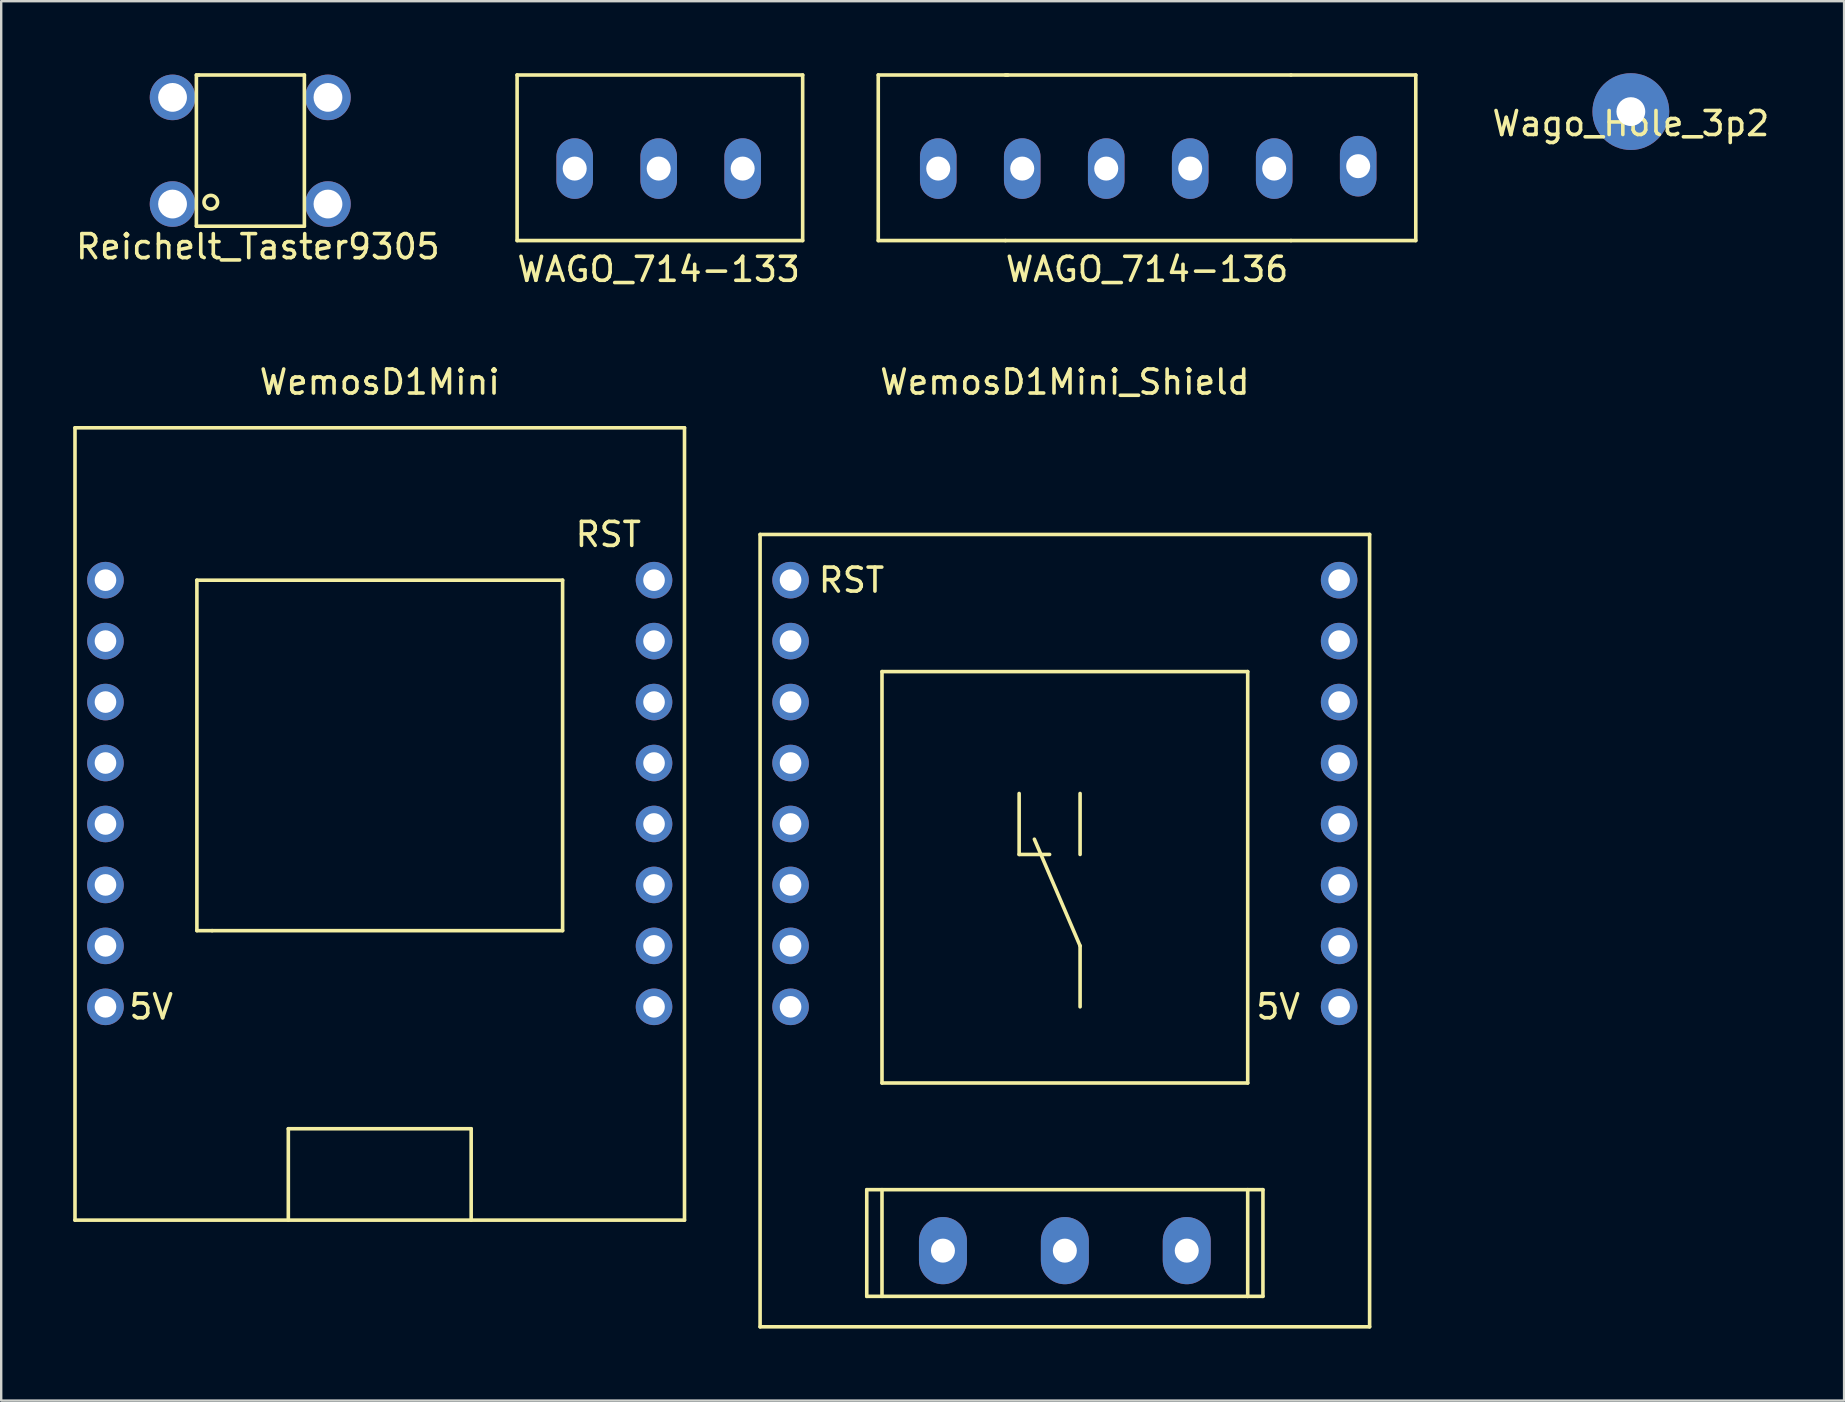
<source format=kicad_pcb>
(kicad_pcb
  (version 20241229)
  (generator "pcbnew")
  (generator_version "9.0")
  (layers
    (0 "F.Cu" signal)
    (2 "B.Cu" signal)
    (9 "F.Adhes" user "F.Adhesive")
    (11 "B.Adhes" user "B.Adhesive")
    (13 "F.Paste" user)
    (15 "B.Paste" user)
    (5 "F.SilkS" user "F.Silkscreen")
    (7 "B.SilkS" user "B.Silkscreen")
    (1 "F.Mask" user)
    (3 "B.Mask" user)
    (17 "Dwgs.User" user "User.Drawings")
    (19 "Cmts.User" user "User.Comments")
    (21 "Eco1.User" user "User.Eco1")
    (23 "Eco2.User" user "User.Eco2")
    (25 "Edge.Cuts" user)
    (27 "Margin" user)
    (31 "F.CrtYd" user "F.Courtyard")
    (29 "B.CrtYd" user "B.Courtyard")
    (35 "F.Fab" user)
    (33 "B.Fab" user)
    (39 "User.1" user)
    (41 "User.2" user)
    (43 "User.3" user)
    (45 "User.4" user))
  (footprint "WAGO_714-136"
    (layer "F.Cu")
    (at 44.749 3.075)
    (property "Reference" "WAGO_714-136" (at 0 5.1 0) (layer "F.SilkS") (effects (font (size 1 1) (thickness 0.15))))
    (attr through_hole)
    (fp_line (start -11.2 3.9) (end -11.2 -3) (stroke (width 0.15) (type solid)) (layer "F.SilkS"))
    (fp_line (start -11.2 3.9) (end -5.9 3.9) (stroke (width 0.15) (type solid)) (layer "F.SilkS"))
    (fp_line (start -5.9 -3) (end 6 -3) (stroke (width 0.15) (type solid)) (layer "F.SilkS"))
    (fp_line (start -5.8 -3) (end -11.2 -3) (stroke (width 0.15) (type solid)) (layer "F.SilkS"))
    (fp_line (start 6 -3) (end 11.2 -3) (stroke (width 0.15) (type solid)) (layer "F.SilkS"))
    (fp_line (start 6 3.9) (end -5.9 3.9) (stroke (width 0.15) (type solid)) (layer "F.SilkS"))
    (fp_line (start 6 3.9) (end 11.2 3.9) (stroke (width 0.15) (type solid)) (layer "F.SilkS"))
    (fp_line (start 11.2 -3) (end 11.2 3.9) (stroke (width 0.15) (type solid)) (layer "F.SilkS"))
    (pad "1" thru_hole oval (at -8.7 0.9) (size 1.524 2.524) (drill 1) (layers "*.Cu" "*.Mask"))
    (pad "2" thru_hole oval (at -5.2 0.9) (size 1.524 2.524) (drill 1) (layers "*.Cu" "*.Mask"))
    (pad "3" thru_hole oval (at -1.7 0.9) (size 1.524 2.524) (drill 1) (layers "*.Cu" "*.Mask"))
    (pad "4" thru_hole oval (at 1.8 0.9) (size 1.524 2.524) (drill 1) (layers "*.Cu" "*.Mask"))
    (pad "5" thru_hole oval (at 5.3 0.9) (size 1.524 2.524) (drill 1) (layers "*.Cu" "*.Mask"))
    (pad "6" thru_hole oval (at 8.8 0.8) (size 1.524 2.524) (drill 1) (layers "*.Cu" "*.Mask")))
  (footprint "Reichelt_Taster9305"
    (layer "F.Cu")
    (at 6.934 3.675)
    (property "Reference" "Reichelt_Taster9305" (at 0.762 3.556 0) (layer "F.SilkS") (effects (font (size 1 1) (thickness 0.15))))
    (attr through_hole)
    (fp_line (start -1.8 -3.6) (end -1.8 2.7) (stroke (width 0.15) (type solid)) (layer "F.SilkS"))
    (fp_line (start -1.8 2.7) (end 2.7 2.7) (stroke (width 0.15) (type solid)) (layer "F.SilkS"))
    (fp_line (start -1.7 -3.6) (end -1.8 -3.6) (stroke (width 0.15) (type solid)) (layer "F.SilkS"))
    (fp_line (start 2.7 -3.6) (end -1.7 -3.6) (stroke (width 0.15) (type solid)) (layer "F.SilkS"))
    (fp_line (start 2.7 2.7) (end 2.7 -3.6) (stroke (width 0.15) (type solid)) (layer "F.SilkS"))
    (fp_circle (center -1.2 1.7) (end -1 1.9) (stroke (width 0.15) (type solid)) (fill no) (layer "F.SilkS"))
    (pad "1" thru_hole circle (at -2.794 1.778) (size 1.9 1.9) (drill 1.2) (layers "*.Cu" "*.Mask"))
    (pad "2" thru_hole circle (at 3.683 1.778) (size 1.9 1.9) (drill 1.2) (layers "*.Cu" "*.Mask"))
    (pad "3" thru_hole circle (at 3.683 -2.667) (size 1.9 1.9) (drill 1.2) (layers "*.Cu" "*.Mask"))
    (pad "4" thru_hole circle (at -2.794 -2.667) (size 1.9 1.9) (drill 1.2) (layers "*.Cu" "*.Mask")))
  (footprint "WemosD1Mini_Shield"
    (layer "F.Cu")
    (at 41.325 28.747)
    (property "Reference" "WemosD1Mini_Shield" (at 0 -15.875 0) (layer "F.SilkS") (effects (font (size 1 1) (thickness 0.15))))
    (attr through_hole)
    (fp_line (start -12.7 -9.525) (end 12.7 -9.525) (stroke (width 0.15) (type solid)) (layer "F.SilkS"))
    (fp_line (start -12.7 23.495) (end -12.7 -9.525) (stroke (width 0.15) (type solid)) (layer "F.SilkS"))
    (fp_line (start -8.255 17.78) (end 8.255 17.78) (stroke (width 0.15) (type solid)) (layer "F.SilkS"))
    (fp_line (start -8.255 22.225) (end -8.255 17.78) (stroke (width 0.15) (type solid)) (layer "F.SilkS"))
    (fp_line (start -7.62 -3.81) (end -7.62 13.335) (stroke (width 0.15) (type solid)) (layer "F.SilkS"))
    (fp_line (start -7.62 -3.81) (end 7.62 -3.81) (stroke (width 0.15) (type solid)) (layer "F.SilkS"))
    (fp_line (start -7.62 13.335) (end 7.62 13.335) (stroke (width 0.15) (type solid)) (layer "F.SilkS"))
    (fp_line (start -7.62 17.78) (end -7.62 22.225) (stroke (width 0.15) (type solid)) (layer "F.SilkS"))
    (fp_line (start -1.905 3.81) (end -1.905 1.27) (stroke (width 0.15) (type solid)) (layer "F.SilkS"))
    (fp_line (start -0.635 3.81) (end -1.905 3.81) (stroke (width 0.15) (type solid)) (layer "F.SilkS"))
    (fp_line (start 0.635 3.81) (end 0.635 1.27) (stroke (width 0.15) (type solid)) (layer "F.SilkS"))
    (fp_line (start 0.635 7.62) (end -1.27 3.175) (stroke (width 0.15) (type solid)) (layer "F.SilkS"))
    (fp_line (start 0.635 10.16) (end 0.635 7.62) (stroke (width 0.15) (type solid)) (layer "F.SilkS"))
    (fp_line (start 7.62 -3.81) (end 7.62 13.335) (stroke (width 0.15) (type solid)) (layer "F.SilkS"))
    (fp_line (start 7.62 17.78) (end 7.62 22.225) (stroke (width 0.15) (type solid)) (layer "F.SilkS"))
    (fp_line (start 7.62 22.225) (end -8.255 22.225) (stroke (width 0.15) (type solid)) (layer "F.SilkS"))
    (fp_line (start 8.255 17.78) (end 8.255 22.225) (stroke (width 0.15) (type solid)) (layer "F.SilkS"))
    (fp_line (start 8.255 22.225) (end 7.62 22.225) (stroke (width 0.15) (type solid)) (layer "F.SilkS"))
    (fp_line (start 12.7 -9.525) (end 12.7 23.495) (stroke (width 0.15) (type solid)) (layer "F.SilkS"))
    (fp_line (start 12.7 23.495) (end -12.7 23.495) (stroke (width 0.15) (type solid)) (layer "F.SilkS"))
    (fp_text user "5V" (at 8.89 10.16 0) (layer "F.SilkS") (effects (font (size 1 1) (thickness 0.15))))
    (fp_text user "RST" (at -8.89 -7.62 0) (layer "F.SilkS") (effects (font (size 1 1) (thickness 0.15))))
    (pad "1" thru_hole circle (at -11.43 -7.62) (size 1.524 1.524) (drill 0.9) (layers "*.Cu" "*.Mask"))
    (pad "2" thru_hole circle (at -11.43 -5.08) (size 1.524 1.524) (drill 0.9) (layers "*.Cu" "*.Mask"))
    (pad "3" thru_hole circle (at -11.43 -2.54) (size 1.524 1.524) (drill 0.9) (layers "*.Cu" "*.Mask"))
    (pad "4" thru_hole circle (at -11.43 0) (size 1.524 1.524) (drill 0.9) (layers "*.Cu" "*.Mask"))
    (pad "5" thru_hole circle (at -11.43 2.54) (size 1.524 1.524) (drill 0.9) (layers "*.Cu" "*.Mask"))
    (pad "6" thru_hole circle (at -11.43 5.08) (size 1.524 1.524) (drill 0.9) (layers "*.Cu" "*.Mask"))
    (pad "7" thru_hole circle (at -11.43 7.62) (size 1.524 1.524) (drill 0.9) (layers "*.Cu" "*.Mask"))
    (pad "8" thru_hole circle (at -11.43 10.16) (size 1.524 1.524) (drill 0.9) (layers "*.Cu" "*.Mask"))
    (pad "9" thru_hole circle (at 11.43 10.16) (size 1.524 1.524) (drill 0.9) (layers "*.Cu" "*.Mask"))
    (pad "10" thru_hole circle (at 11.43 7.62) (size 1.524 1.524) (drill 0.9) (layers "*.Cu" "*.Mask"))
    (pad "11" thru_hole circle (at 11.43 5.08) (size 1.524 1.524) (drill 0.9) (layers "*.Cu" "*.Mask"))
    (pad "12" thru_hole circle (at 11.43 2.54) (size 1.524 1.524) (drill 0.9) (layers "*.Cu" "*.Mask"))
    (pad "13" thru_hole circle (at 11.43 0) (size 1.524 1.524) (drill 0.9) (layers "*.Cu" "*.Mask"))
    (pad "14" thru_hole circle (at 11.43 -2.54) (size 1.524 1.524) (drill 0.9) (layers "*.Cu" "*.Mask"))
    (pad "15" thru_hole circle (at 11.43 -5.08) (size 1.524 1.524) (drill 0.9) (layers "*.Cu" "*.Mask"))
    (pad "16" thru_hole circle (at 11.43 -7.62) (size 1.524 1.524) (drill 0.9) (layers "*.Cu" "*.Mask"))
    (pad "17" thru_hole oval (at -5.08 20.32) (size 2 2.8) (drill oval 1) (layers "*.Cu" "*.Mask"))
    (pad "18" thru_hole oval (at 0 20.32) (size 2 2.8) (drill 1) (layers "*.Cu" "*.Mask"))
    (pad "19" thru_hole oval (at 5.08 20.32) (size 2 2.8) (drill 1) (layers "*.Cu" "*.Mask")))
  (footprint "WAGO_714-133"
    (layer "F.Cu")
    (at 24.399 3.075)
    (property "Reference" "WAGO_714-133" (at 0 5.1 0) (layer "F.SilkS") (effects (font (size 1 1) (thickness 0.15))))
    (attr through_hole)
    (fp_line (start -5.9 -3) (end 6 -3) (stroke (width 0.15) (type solid)) (layer "F.SilkS"))
    (fp_line (start -5.9 3.9) (end -5.9 -3) (stroke (width 0.15) (type solid)) (layer "F.SilkS"))
    (fp_line (start 6 -3) (end 6 3.9) (stroke (width 0.15) (type solid)) (layer "F.SilkS"))
    (fp_line (start 6 3.9) (end -5.9 3.9) (stroke (width 0.15) (type solid)) (layer "F.SilkS"))
    (pad "1" thru_hole oval (at -3.5 0.9) (size 1.524 2.524) (drill 1) (layers "*.Cu" "*.Mask"))
    (pad "2" thru_hole oval (at 0 0.9) (size 1.524 2.524) (drill 1) (layers "*.Cu" "*.Mask"))
    (pad "3" thru_hole oval (at 3.5 0.9) (size 1.524 2.524) (drill 1) (layers "*.Cu" "*.Mask")))
  (footprint "WemosD1Mini"
    (layer "F.Cu")
    (at 12.775 28.747)
    (property "Reference" "WemosD1Mini" (at 0 -15.875 0) (layer "F.SilkS") (effects (font (size 1 1) (thickness 0.15))))
    (attr through_hole)
    (fp_line (start -12.7 -13.97) (end 12.7 -13.97) (stroke (width 0.15) (type solid)) (layer "F.SilkS"))
    (fp_line (start -12.7 19.05) (end -12.7 -13.97) (stroke (width 0.15) (type solid)) (layer "F.SilkS"))
    (fp_line (start -7.62 -7.62) (end 7.62 -7.62) (stroke (width 0.15) (type solid)) (layer "F.SilkS"))
    (fp_line (start -7.62 6.985) (end -7.62 -7.62) (stroke (width 0.15) (type solid)) (layer "F.SilkS"))
    (fp_line (start -6.985 6.985) (end -7.62 6.985) (stroke (width 0.15) (type solid)) (layer "F.SilkS"))
    (fp_line (start -3.81 15.24) (end 3.81 15.24) (stroke (width 0.15) (type solid)) (layer "F.SilkS"))
    (fp_line (start -3.81 19.05) (end -3.81 15.24) (stroke (width 0.15) (type solid)) (layer "F.SilkS"))
    (fp_line (start 3.81 15.24) (end 3.81 19.05) (stroke (width 0.15) (type solid)) (layer "F.SilkS"))
    (fp_line (start 7.62 -7.62) (end 7.62 6.985) (stroke (width 0.15) (type solid)) (layer "F.SilkS"))
    (fp_line (start 7.62 6.985) (end -6.985 6.985) (stroke (width 0.15) (type solid)) (layer "F.SilkS"))
    (fp_line (start 12.7 -13.97) (end 12.7 19.05) (stroke (width 0.15) (type solid)) (layer "F.SilkS"))
    (fp_line (start 12.7 19.05) (end -12.7 19.05) (stroke (width 0.15) (type solid)) (layer "F.SilkS"))
    (fp_text user "RST" (at 9.525 -9.525 0) (layer "F.SilkS") (effects (font (size 1 1) (thickness 0.15))))
    (fp_text user "5V" (at -9.525 10.16 0) (layer "F.SilkS") (effects (font (size 1 1) (thickness 0.15))))
    (pad "1" thru_hole circle (at -11.43 -7.62) (size 1.524 1.524) (drill 0.9) (layers "*.Cu" "*.Mask"))
    (pad "2" thru_hole circle (at -11.43 -5.08) (size 1.524 1.524) (drill 0.9) (layers "*.Cu" "*.Mask"))
    (pad "3" thru_hole circle (at -11.43 -2.54) (size 1.524 1.524) (drill 0.9) (layers "*.Cu" "*.Mask"))
    (pad "4" thru_hole circle (at -11.43 0) (size 1.524 1.524) (drill 0.9) (layers "*.Cu" "*.Mask"))
    (pad "5" thru_hole circle (at -11.43 2.54) (size 1.524 1.524) (drill 0.9) (layers "*.Cu" "*.Mask"))
    (pad "6" thru_hole circle (at -11.43 5.08) (size 1.524 1.524) (drill 0.9) (layers "*.Cu" "*.Mask"))
    (pad "7" thru_hole circle (at -11.43 7.62) (size 1.524 1.524) (drill 0.9) (layers "*.Cu" "*.Mask"))
    (pad "8" thru_hole circle (at -11.43 10.16) (size 1.524 1.524) (drill 0.9) (layers "*.Cu" "*.Mask"))
    (pad "9" thru_hole circle (at 11.43 10.16) (size 1.524 1.524) (drill 0.9) (layers "*.Cu" "*.Mask"))
    (pad "10" thru_hole circle (at 11.43 7.62) (size 1.524 1.524) (drill 0.9) (layers "*.Cu" "*.Mask"))
    (pad "11" thru_hole circle (at 11.43 5.08) (size 1.524 1.524) (drill 0.9) (layers "*.Cu" "*.Mask"))
    (pad "12" thru_hole circle (at 11.43 2.54) (size 1.524 1.524) (drill 0.9) (layers "*.Cu" "*.Mask"))
    (pad "13" thru_hole circle (at 11.43 0) (size 1.524 1.524) (drill 0.9) (layers "*.Cu" "*.Mask"))
    (pad "14" thru_hole circle (at 11.43 -2.54) (size 1.524 1.524) (drill 0.9) (layers "*.Cu" "*.Mask"))
    (pad "15" thru_hole circle (at 11.43 -5.08) (size 1.524 1.524) (drill 0.9) (layers "*.Cu" "*.Mask"))
    (pad "16" thru_hole circle (at 11.43 -7.62) (size 1.524 1.524) (drill 0.9) (layers "*.Cu" "*.Mask")))
  (footprint "Wago_Hole_3p2"
    (layer "F.Cu")
    (at 64.911 1.6)
    (property "Reference" "Wago_Hole_3p2" (at 0 0.5 0) (layer "F.SilkS") (effects (font (size 1 1) (thickness 0.15))))
    (attr through_hole)
    (pad "1" thru_hole circle (at 0 0) (size 3.2 3.2) (drill 1.2) (layers "*.Cu" "*.Mask")))
  (gr_rect
    (start -3 -3)
    (end 73.798 55.316)
    (stroke (width 0.1) (type default))
    (fill no)
    (layer "Edge.Cuts")))
</source>
